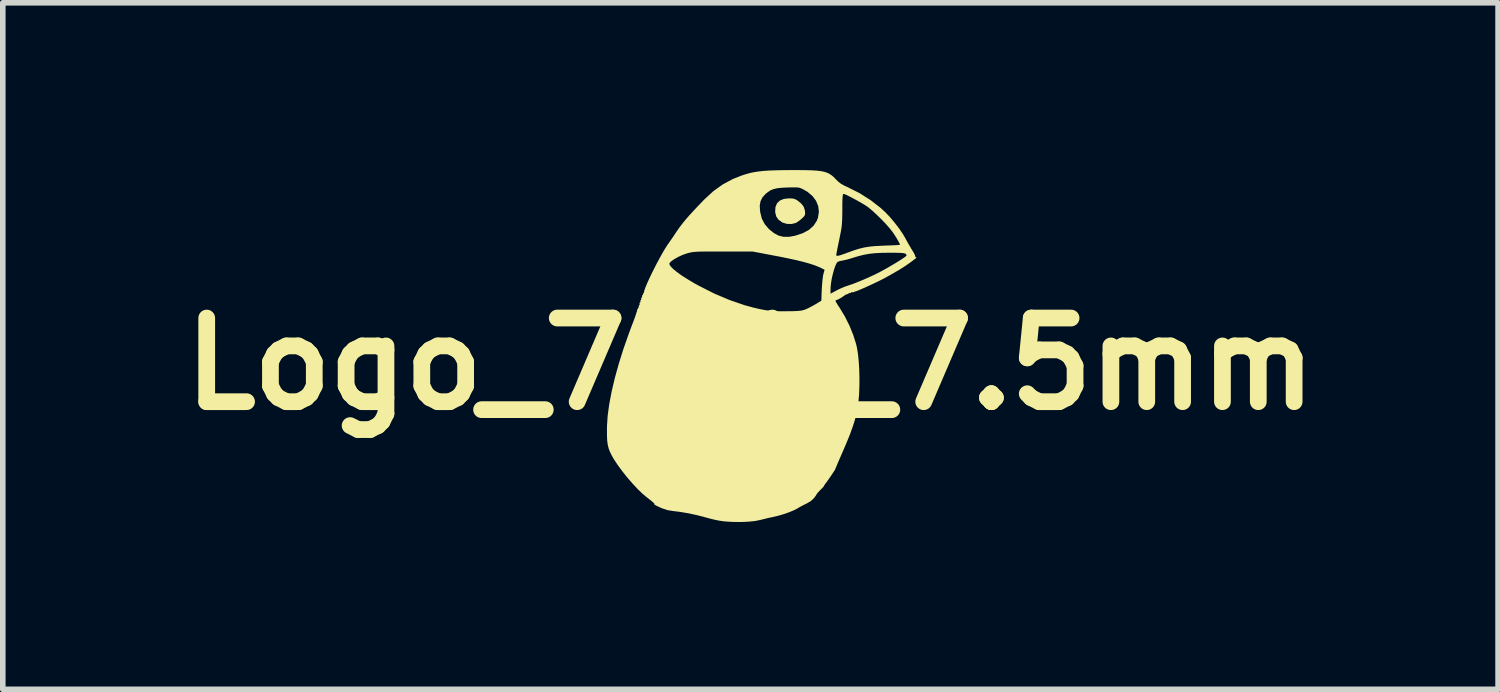
<source format=kicad_pcb>
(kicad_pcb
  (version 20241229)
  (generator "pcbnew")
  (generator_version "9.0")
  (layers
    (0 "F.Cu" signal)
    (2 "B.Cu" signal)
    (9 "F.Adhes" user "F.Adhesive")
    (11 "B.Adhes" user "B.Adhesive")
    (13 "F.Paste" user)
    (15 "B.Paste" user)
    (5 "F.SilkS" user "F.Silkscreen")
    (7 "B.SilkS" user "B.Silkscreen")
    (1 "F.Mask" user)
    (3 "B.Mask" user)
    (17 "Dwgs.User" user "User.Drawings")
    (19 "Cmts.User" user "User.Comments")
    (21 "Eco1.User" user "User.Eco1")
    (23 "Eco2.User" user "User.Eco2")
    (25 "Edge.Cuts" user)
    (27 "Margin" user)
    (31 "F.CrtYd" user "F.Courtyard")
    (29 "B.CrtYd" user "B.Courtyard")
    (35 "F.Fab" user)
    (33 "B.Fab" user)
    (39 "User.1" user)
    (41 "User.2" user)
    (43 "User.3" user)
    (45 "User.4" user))
  (footprint "Logo_74th_7.5mm"
    (layer "F.Cu")
    (at 10.407 3.475)
    (property "Reference" "Logo_74th_7.5mm" (at 0 0 0) (layer "F.SilkS") (effects (font (size 1.5 1.5) (thickness 0.3))))
    (attr board_only exclude_from_pos_files exclude_from_bom)
    (fp_poly (pts (xy 0.749 -2.966) (xy 0.789 -2.958) (xy 0.825 -2.941) (xy 0.851 -2.924) (xy 0.915 -2.871) (xy 0.955 -2.818) (xy 0.975 -2.757) (xy 0.978 -2.735) (xy 0.981 -2.695) (xy 0.976 -2.668) (xy 0.958 -2.641) (xy 0.923 -2.607) (xy 0.879 -2.57) (xy 0.835 -2.539) (xy 0.811 -2.526) (xy 0.736 -2.508) (xy 0.655 -2.51) (xy 0.58 -2.532) (xy 0.566 -2.54) (xy 0.502 -2.587) (xy 0.463 -2.643) (xy 0.445 -2.716) (xy 0.444 -2.729) (xy 0.449 -2.813) (xy 0.477 -2.88) (xy 0.528 -2.929) (xy 0.601 -2.958) (xy 0.691 -2.968)) (stroke (width 0) (type solid)) (fill yes) (layer "F.SilkS"))
    (fp_poly (pts (xy 0.974 -3.474) (xy 1.095 -3.471) (xy 1.193 -3.465) (xy 1.274 -3.455) (xy 1.339 -3.44) (xy 1.393 -3.42) (xy 1.439 -3.394) (xy 1.482 -3.36) (xy 1.524 -3.319) (xy 1.529 -3.313) (xy 1.575 -3.267) (xy 1.622 -3.231) (xy 1.678 -3.199) (xy 1.74 -3.17) (xy 1.956 -3.062) (xy 2.158 -2.934) (xy 2.34 -2.792) (xy 2.416 -2.722) (xy 2.501 -2.633) (xy 2.586 -2.532) (xy 2.666 -2.428) (xy 2.734 -2.328) (xy 2.777 -2.255) (xy 2.814 -2.186) (xy 2.854 -2.116) (xy 2.89 -2.055) (xy 2.905 -2.032) (xy 2.931 -1.988) (xy 2.949 -1.953) (xy 2.953 -1.934) (xy 2.953 -1.934) (xy 2.957 -1.92) (xy 2.964 -1.916) (xy 2.974 -1.912) (xy 2.976 -1.907) (xy 2.968 -1.896) (xy 2.945 -1.877) (xy 2.905 -1.847) (xy 2.868 -1.819) (xy 2.782 -1.759) (xy 2.674 -1.69) (xy 2.547 -1.616) (xy 2.407 -1.538) (xy 2.389 -1.529) (xy 2.337 -1.502) (xy 2.272 -1.47) (xy 2.198 -1.435) (xy 2.122 -1.4) (xy 2.048 -1.366) (xy 1.981 -1.337) (xy 1.928 -1.315) (xy 1.892 -1.301) (xy 1.883 -1.299) (xy 1.858 -1.29) (xy 1.853 -1.286) (xy 1.833 -1.283) (xy 1.823 -1.285) (xy 1.805 -1.284) (xy 1.803 -1.277) (xy 1.792 -1.268) (xy 1.781 -1.27) (xy 1.762 -1.269) (xy 1.759 -1.261) (xy 1.75 -1.251) (xy 1.745 -1.253) (xy 1.726 -1.249) (xy 1.694 -1.231) (xy 1.666 -1.212) (xy 1.622 -1.182) (xy 1.581 -1.159) (xy 1.562 -1.152) (xy 1.534 -1.141) (xy 1.524 -1.13) (xy 1.532 -1.114) (xy 1.552 -1.079) (xy 1.582 -1.032) (xy 1.598 -1.008) (xy 1.693 -0.851) (xy 1.777 -0.683) (xy 1.846 -0.512) (xy 1.897 -0.348) (xy 1.912 -0.281) (xy 1.929 -0.173) (xy 1.942 -0.043) (xy 1.951 0.1) (xy 1.955 0.25) (xy 1.954 0.4) (xy 1.949 0.541) (xy 1.938 0.666) (xy 1.935 0.692) (xy 1.92 0.788) (xy 1.904 0.878) (xy 1.884 0.966) (xy 1.858 1.055) (xy 1.826 1.151) (xy 1.787 1.258) (xy 1.738 1.38) (xy 1.678 1.522) (xy 1.643 1.602) (xy 1.607 1.685) (xy 1.575 1.758) (xy 1.55 1.818) (xy 1.532 1.86) (xy 1.525 1.881) (xy 1.524 1.882) (xy 1.517 1.897) (xy 1.496 1.93) (xy 1.467 1.974) (xy 1.433 2.025) (xy 1.398 2.075) (xy 1.367 2.118) (xy 1.344 2.149) (xy 1.337 2.158) (xy 1.323 2.178) (xy 1.323 2.184) (xy 1.318 2.193) (xy 1.297 2.218) (xy 1.263 2.252) (xy 1.26 2.255) (xy 1.224 2.292) (xy 1.198 2.321) (xy 1.187 2.336) (xy 1.187 2.337) (xy 1.179 2.353) (xy 1.157 2.384) (xy 1.14 2.407) (xy 1.077 2.465) (xy 1.004 2.506) (xy 0.943 2.536) (xy 0.88 2.57) (xy 0.844 2.592) (xy 0.782 2.624) (xy 0.699 2.659) (xy 0.603 2.693) (xy 0.501 2.723) (xy 0.402 2.746) (xy 0.396 2.748) (xy 0.322 2.763) (xy 0.241 2.783) (xy 0.181 2.798) (xy 0.084 2.818) (xy -0.036 2.83) (xy -0.174 2.836) (xy -0.323 2.834) (xy -0.396 2.83) (xy -0.482 2.823) (xy -0.564 2.811) (xy -0.651 2.793) (xy -0.754 2.767) (xy -0.786 2.758) (xy -0.958 2.713) (xy -1.114 2.679) (xy -1.264 2.654) (xy -1.388 2.639) (xy -1.486 2.623) (xy -1.577 2.593) (xy -1.622 2.574) (xy -1.672 2.551) (xy -1.708 2.532) (xy -1.724 2.522) (xy -1.724 2.521) (xy -1.719 2.513) (xy -1.738 2.49) (xy -1.779 2.455) (xy -1.84 2.407) (xy -1.857 2.394) (xy -1.935 2.329) (xy -2.022 2.245) (xy -2.115 2.145) (xy -2.209 2.037) (xy -2.298 1.925) (xy -2.379 1.815) (xy -2.447 1.713) (xy -2.492 1.634) (xy -2.521 1.573) (xy -2.543 1.514) (xy -2.558 1.453) (xy -2.568 1.384) (xy -2.572 1.301) (xy -2.573 1.198) (xy -2.572 1.114) (xy -2.56 0.929) (xy -2.532 0.723) (xy -2.489 0.497) (xy -2.432 0.255) (xy -2.361 -0.001) (xy -2.277 -0.269) (xy -2.18 -0.545) (xy -2.127 -0.687) (xy -2.095 -0.77) (xy -2.068 -0.844) (xy -2.048 -0.905) (xy -2.034 -0.947) (xy -2.03 -0.967) (xy -2.03 -0.968) (xy -2.027 -0.982) (xy -2.022 -0.985) (xy -2.009 -1.002) (xy -2.004 -1.023) (xy -1.998 -1.048) (xy -1.991 -1.055) (xy -1.985 -1.066) (xy -1.988 -1.077) (xy -1.988 -1.096) (xy -1.981 -1.099) (xy -1.971 -1.11) (xy -1.973 -1.121) (xy -1.973 -1.14) (xy -1.966 -1.143) (xy -1.957 -1.154) (xy -1.959 -1.165) (xy -1.958 -1.184) (xy -1.951 -1.187) (xy -1.942 -1.198) (xy -1.944 -1.209) (xy -1.943 -1.228) (xy -1.935 -1.231) (xy -1.925 -1.24) (xy -1.927 -1.246) (xy -1.928 -1.259) (xy -1.923 -1.26) (xy -1.911 -1.272) (xy -1.91 -1.281) (xy -1.903 -1.314) (xy -1.884 -1.369) (xy -1.854 -1.44) (xy -1.816 -1.525) (xy -1.771 -1.619) (xy -1.722 -1.717) (xy -1.687 -1.786) (xy -1.453 -1.786) (xy -1.432 -1.749) (xy -1.387 -1.703) (xy -1.321 -1.649) (xy -1.236 -1.587) (xy -1.132 -1.521) (xy -1.013 -1.449) (xy -0.923 -1.4) (xy -0.647 -1.26) (xy -0.372 -1.144) (xy -0.104 -1.052) (xy 0.05 -1.01) (xy 0.156 -0.985) (xy 0.246 -0.967) (xy 0.326 -0.955) (xy 0.407 -0.947) (xy 0.495 -0.944) (xy 0.599 -0.943) (xy 0.667 -0.944) (xy 0.761 -0.945) (xy 0.832 -0.948) (xy 0.885 -0.952) (xy 0.926 -0.958) (xy 0.96 -0.967) (xy 0.993 -0.979) (xy 0.997 -0.98) (xy 1.051 -1.006) (xy 1.116 -1.04) (xy 1.174 -1.073) (xy 1.272 -1.133) (xy 1.276 -1.258) (xy 1.436 -1.258) (xy 1.543 -1.316) (xy 1.612 -1.35) (xy 1.69 -1.383) (xy 1.759 -1.407) (xy 1.831 -1.431) (xy 1.921 -1.466) (xy 2.023 -1.508) (xy 2.128 -1.554) (xy 2.229 -1.601) (xy 2.32 -1.646) (xy 2.345 -1.66) (xy 2.424 -1.703) (xy 2.505 -1.75) (xy 2.583 -1.796) (xy 2.655 -1.84) (xy 2.717 -1.88) (xy 2.764 -1.911) (xy 2.793 -1.934) (xy 2.799 -1.942) (xy 2.796 -1.959) (xy 2.785 -1.973) (xy 2.761 -1.982) (xy 2.722 -1.988) (xy 2.663 -1.991) (xy 2.581 -1.993) (xy 2.5 -1.993) (xy 2.359 -1.991) (xy 2.239 -1.985) (xy 2.134 -1.974) (xy 2.035 -1.956) (xy 1.934 -1.931) (xy 1.858 -1.908) (xy 1.79 -1.887) (xy 1.725 -1.869) (xy 1.672 -1.857) (xy 1.656 -1.854) (xy 1.61 -1.845) (xy 1.574 -1.834) (xy 1.566 -1.831) (xy 1.546 -1.807) (xy 1.524 -1.761) (xy 1.501 -1.697) (xy 1.48 -1.621) (xy 1.461 -1.541) (xy 1.447 -1.46) (xy 1.438 -1.385) (xy 1.437 -1.344) (xy 1.436 -1.258) (xy 1.276 -1.258) (xy 1.279 -1.332) (xy 1.284 -1.414) (xy 1.291 -1.492) (xy 1.299 -1.559) (xy 1.307 -1.606) (xy 1.308 -1.609) (xy 1.33 -1.687) (xy 1.286 -1.71) (xy 1.221 -1.74) (xy 1.146 -1.77) (xy 1.059 -1.798) (xy 0.956 -1.827) (xy 0.836 -1.857) (xy 0.694 -1.888) (xy 0.528 -1.922) (xy 0.41 -1.944) (xy 0.358 -1.954) (xy 1.539 -1.954) (xy 1.542 -1.942) (xy 1.554 -1.937) (xy 1.579 -1.94) (xy 1.62 -1.951) (xy 1.681 -1.972) (xy 1.754 -1.999) (xy 1.86 -2.037) (xy 1.953 -2.066) (xy 2.041 -2.087) (xy 2.132 -2.102) (xy 2.233 -2.112) (xy 2.353 -2.118) (xy 2.415 -2.121) (xy 2.5 -2.124) (xy 2.573 -2.127) (xy 2.631 -2.13) (xy 2.669 -2.133) (xy 2.682 -2.135) (xy 2.675 -2.157) (xy 2.654 -2.197) (xy 2.625 -2.248) (xy 2.591 -2.303) (xy 2.556 -2.355) (xy 2.542 -2.374) (xy 2.49 -2.439) (xy 2.424 -2.514) (xy 2.349 -2.592) (xy 2.27 -2.669) (xy 2.195 -2.739) (xy 2.128 -2.796) (xy 2.086 -2.827) (xy 2.035 -2.859) (xy 1.973 -2.896) (xy 1.904 -2.934) (xy 1.836 -2.971) (xy 1.773 -3.004) (xy 1.72 -3.03) (xy 1.683 -3.045) (xy 1.67 -3.049) (xy 1.662 -3.044) (xy 1.657 -3.028) (xy 1.653 -2.997) (xy 1.65 -2.948) (xy 1.648 -2.877) (xy 1.648 -2.78) (xy 1.648 -2.766) (xy 1.647 -2.665) (xy 1.645 -2.584) (xy 1.641 -2.517) (xy 1.635 -2.455) (xy 1.625 -2.391) (xy 1.61 -2.315) (xy 1.593 -2.229) (xy 1.575 -2.145) (xy 1.56 -2.071) (xy 1.549 -2.011) (xy 1.541 -1.97) (xy 1.539 -1.954) (xy 0.358 -1.954) (xy 0.037 -2.015) (xy -0.491 -2.015) (xy -0.63 -2.015) (xy -0.743 -2.015) (xy -0.834 -2.014) (xy -0.906 -2.013) (xy -0.962 -2.011) (xy -1.007 -2.007) (xy -1.044 -2.003) (xy -1.076 -1.997) (xy -1.106 -1.99) (xy -1.139 -1.981) (xy -1.141 -1.98) (xy -1.216 -1.954) (xy -1.293 -1.919) (xy -1.364 -1.879) (xy -1.421 -1.839) (xy -1.45 -1.811) (xy -1.453 -1.786) (xy -1.687 -1.786) (xy -1.671 -1.816) (xy -1.62 -1.911) (xy -1.571 -1.999) (xy -1.525 -2.075) (xy -1.488 -2.133) (xy -1.455 -2.18) (xy -1.411 -2.243) (xy -1.363 -2.314) (xy -1.318 -2.382) (xy -1.272 -2.447) (xy -1.223 -2.512) (xy -1.167 -2.581) (xy -1.101 -2.657) (xy -1.023 -2.742) (xy -0.934 -2.837) (xy 0.167 -2.837) (xy 0.173 -2.739) (xy 0.176 -2.718) (xy 0.205 -2.603) (xy 0.256 -2.506) (xy 0.33 -2.419) (xy 0.333 -2.416) (xy 0.42 -2.346) (xy 0.504 -2.3) (xy 0.593 -2.278) (xy 0.692 -2.278) (xy 0.806 -2.299) (xy 0.812 -2.301) (xy 0.943 -2.345) (xy 1.051 -2.404) (xy 1.133 -2.478) (xy 1.19 -2.565) (xy 1.211 -2.621) (xy 1.228 -2.726) (xy 1.216 -2.827) (xy 1.178 -2.922) (xy 1.114 -3.008) (xy 1.026 -3.083) (xy 0.944 -3.131) (xy 0.911 -3.146) (xy 0.882 -3.157) (xy 0.85 -3.163) (xy 0.81 -3.165) (xy 0.753 -3.165) (xy 0.675 -3.163) (xy 0.663 -3.163) (xy 0.559 -3.158) (xy 0.479 -3.149) (xy 0.414 -3.134) (xy 0.36 -3.112) (xy 0.311 -3.079) (xy 0.273 -3.049) (xy 0.216 -2.986) (xy 0.181 -2.917) (xy 0.167 -2.837) (xy -0.934 -2.837) (xy -0.929 -2.842) (xy -0.823 -2.952) (xy -0.665 -3.097) (xy -0.499 -3.216) (xy -0.319 -3.313) (xy -0.156 -3.378) (xy -0.081 -3.402) (xy -0.009 -3.422) (xy 0.066 -3.438) (xy 0.145 -3.45) (xy 0.234 -3.46) (xy 0.336 -3.467) (xy 0.455 -3.471) (xy 0.593 -3.474) (xy 0.756 -3.475) (xy 0.828 -3.475)) (stroke (width 0) (type solid)) (fill yes) (layer "F.SilkS")))
  (gr_rect
    (start -3 -3)
    (end 23.814 9.311)
    (stroke (width 0.1) (type default))
    (fill no)
    (layer "Edge.Cuts")))
</source>
